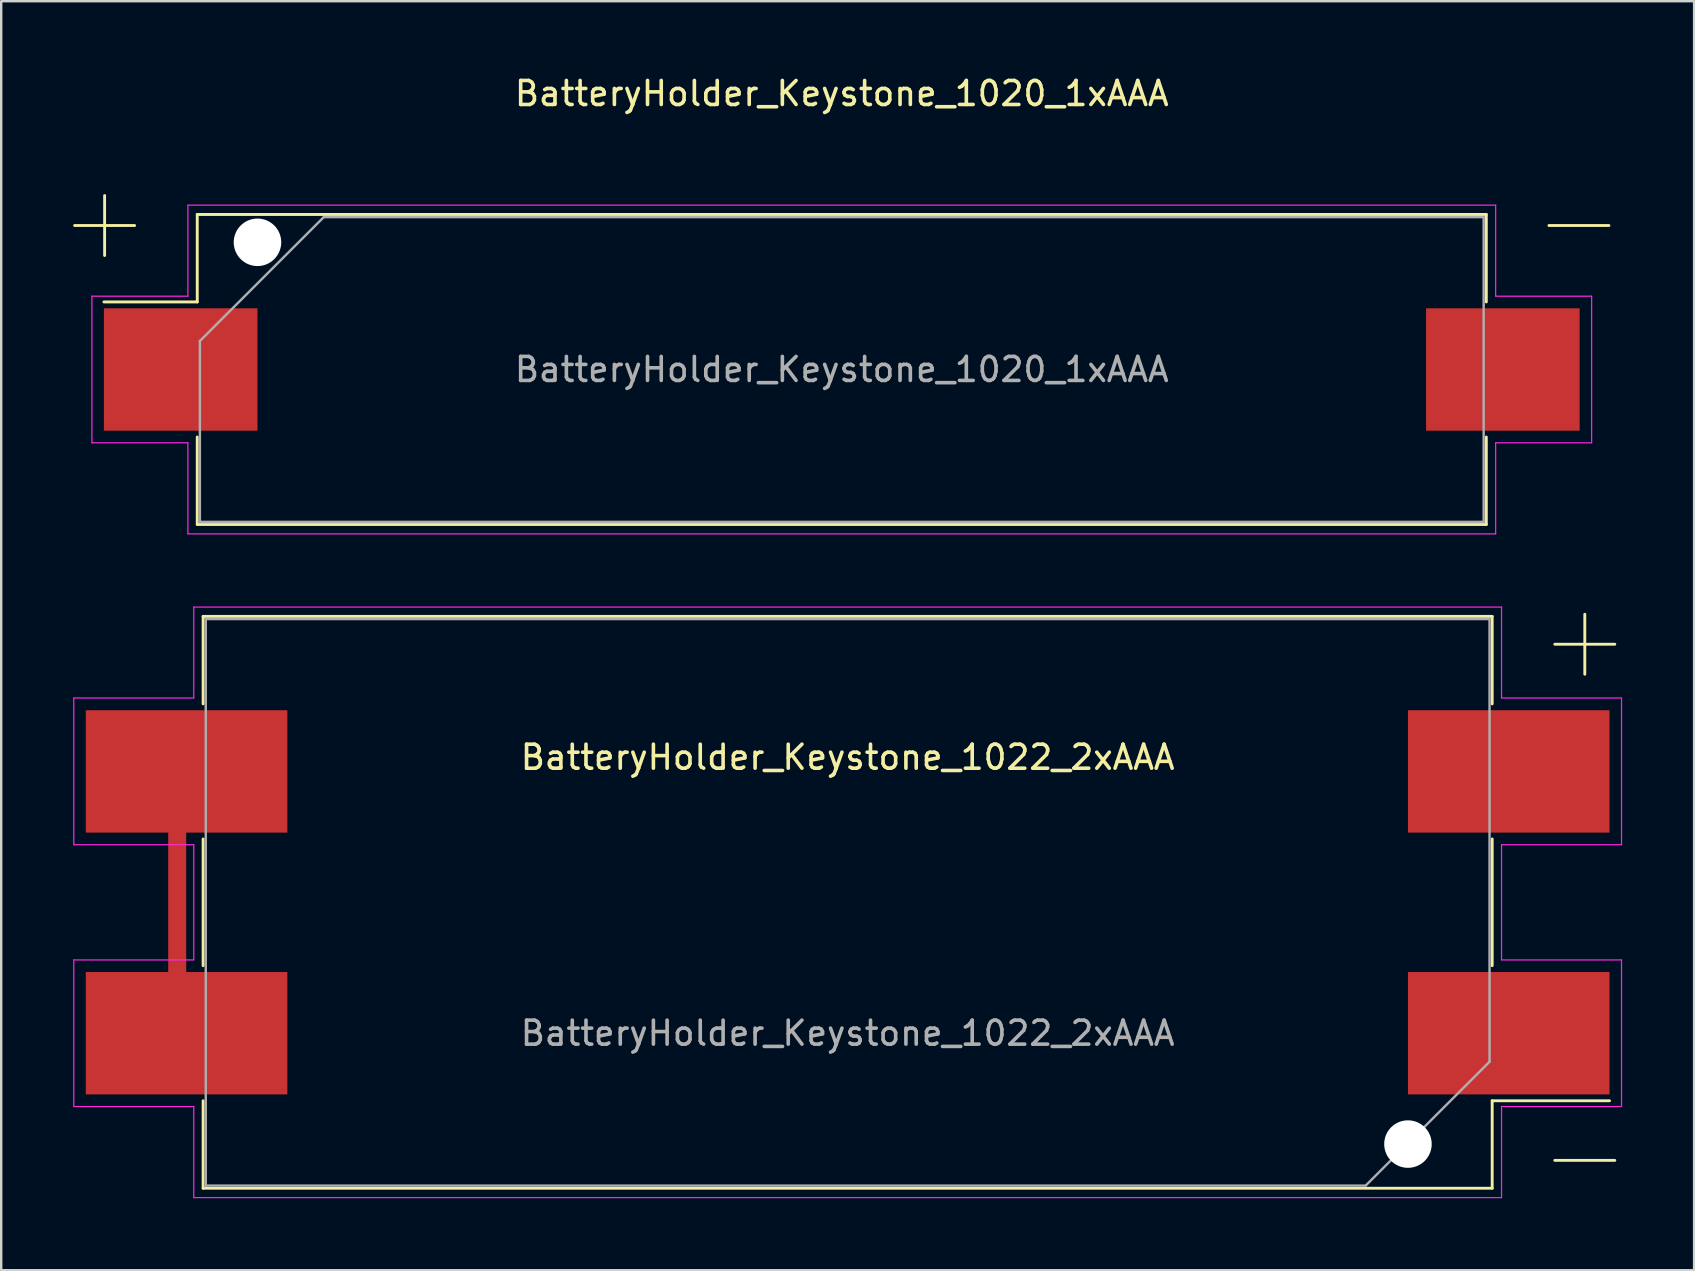
<source format=kicad_pcb>
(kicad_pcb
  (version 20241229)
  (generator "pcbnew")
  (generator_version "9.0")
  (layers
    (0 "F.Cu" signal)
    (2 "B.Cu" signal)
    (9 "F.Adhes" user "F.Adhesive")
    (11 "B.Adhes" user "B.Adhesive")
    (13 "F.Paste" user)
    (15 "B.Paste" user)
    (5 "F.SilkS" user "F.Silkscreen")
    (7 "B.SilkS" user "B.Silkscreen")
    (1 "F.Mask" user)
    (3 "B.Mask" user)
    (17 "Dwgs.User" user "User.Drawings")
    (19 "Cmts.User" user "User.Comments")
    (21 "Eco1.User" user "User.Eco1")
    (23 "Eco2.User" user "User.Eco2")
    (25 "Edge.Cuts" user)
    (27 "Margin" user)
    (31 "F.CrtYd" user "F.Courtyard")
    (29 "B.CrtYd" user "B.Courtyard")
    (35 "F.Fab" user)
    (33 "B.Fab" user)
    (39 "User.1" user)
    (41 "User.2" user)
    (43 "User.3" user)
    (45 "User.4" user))
  (footprint "BatteryHolder_Keystone_1022_2xAAA"
    (layer "F.Cu")
    (at 32.275 40.008)
    (property "Reference" "BatteryHolder_Keystone_1022_2xAAA" (at 0 -11.5 0) (layer "F.SilkS") (effects (font (size 1 1) (thickness 0.15))))
    (attr smd)
    (fp_line (start -27.94 -10.16) (end -27.94 -1.27) (stroke (width 0.75) (type solid)) (layer "F.Cu"))
    (fp_line (start -26.86 -17.37) (end -26.86 -13.725) (stroke (width 0.12) (type solid)) (layer "F.SilkS"))
    (fp_line (start -26.86 -17.37) (end 26.86 -17.37) (stroke (width 0.12) (type solid)) (layer "F.SilkS"))
    (fp_line (start -26.86 -2.815) (end -26.86 -8.095) (stroke (width 0.12) (type solid)) (layer "F.SilkS"))
    (fp_line (start -26.86 2.815) (end -26.86 6.46) (stroke (width 0.12) (type solid)) (layer "F.SilkS"))
    (fp_line (start -26.86 6.46) (end 26.86 6.46) (stroke (width 0.12) (type solid)) (layer "F.SilkS"))
    (fp_line (start 26.86 -13.725) (end 26.86 -17.37) (stroke (width 0.12) (type solid)) (layer "F.SilkS"))
    (fp_line (start 26.86 -8.095) (end 26.86 -2.815) (stroke (width 0.12) (type solid)) (layer "F.SilkS"))
    (fp_line (start 26.86 2.815) (end 31.75 2.815) (stroke (width 0.12) (type solid)) (layer "F.SilkS"))
    (fp_line (start 26.86 6.46) (end 26.86 2.815) (stroke (width 0.12) (type solid)) (layer "F.SilkS"))
    (fp_line (start 30.72 -14.96) (end 30.72 -17.46) (stroke (width 0.12) (type solid)) (layer "F.SilkS"))
    (fp_line (start 31.97 -16.21) (end 29.47 -16.21) (stroke (width 0.12) (type solid)) (layer "F.SilkS"))
    (fp_line (start 31.97 5.3) (end 29.47 5.3) (stroke (width 0.12) (type solid)) (layer "F.SilkS"))
    (fp_line (start -32.25 -13.97) (end -27.25 -13.97) (stroke (width 0.05) (type solid)) (layer "F.CrtYd"))
    (fp_line (start -32.25 -7.855) (end -32.25 -13.965) (stroke (width 0.05) (type solid)) (layer "F.CrtYd"))
    (fp_line (start -32.25 -7.855) (end -27.25 -7.855) (stroke (width 0.05) (type solid)) (layer "F.CrtYd"))
    (fp_line (start -32.25 -3.055) (end -27.25 -3.055) (stroke (width 0.05) (type solid)) (layer "F.CrtYd"))
    (fp_line (start -32.25 3.055) (end -32.25 -3.055) (stroke (width 0.05) (type solid)) (layer "F.CrtYd"))
    (fp_line (start -27.25 -17.76) (end -27.25 -13.97) (stroke (width 0.05) (type solid)) (layer "F.CrtYd"))
    (fp_line (start -27.25 -7.855) (end -27.25 -3.055) (stroke (width 0.05) (type solid)) (layer "F.CrtYd"))
    (fp_line (start -27.25 3.055) (end -32.25 3.055) (stroke (width 0.05) (type solid)) (layer "F.CrtYd"))
    (fp_line (start -27.25 6.85) (end -27.25 3.055) (stroke (width 0.05) (type solid)) (layer "F.CrtYd"))
    (fp_line (start 27.25 -17.76) (end -27.25 -17.76) (stroke (width 0.05) (type solid)) (layer "F.CrtYd"))
    (fp_line (start 27.25 -13.97) (end 27.25 -17.76) (stroke (width 0.05) (type solid)) (layer "F.CrtYd"))
    (fp_line (start 27.25 -7.855) (end 27.25 -3.055) (stroke (width 0.05) (type solid)) (layer "F.CrtYd"))
    (fp_line (start 27.25 3.055) (end 32.25 3.055) (stroke (width 0.05) (type solid)) (layer "F.CrtYd"))
    (fp_line (start 27.25 6.85) (end -27.25 6.85) (stroke (width 0.05) (type solid)) (layer "F.CrtYd"))
    (fp_line (start 27.25 6.85) (end 27.25 3.055) (stroke (width 0.05) (type solid)) (layer "F.CrtYd"))
    (fp_line (start 32.25 -13.97) (end 27.25 -13.97) (stroke (width 0.05) (type solid)) (layer "F.CrtYd"))
    (fp_line (start 32.25 -7.855) (end 27.25 -7.855) (stroke (width 0.05) (type solid)) (layer "F.CrtYd"))
    (fp_line (start 32.25 -7.855) (end 32.25 -13.965) (stroke (width 0.05) (type solid)) (layer "F.CrtYd"))
    (fp_line (start 32.25 -3.055) (end 27.25 -3.055) (stroke (width 0.05) (type solid)) (layer "F.CrtYd"))
    (fp_line (start 32.25 3.055) (end 32.25 -3.055) (stroke (width 0.05) (type solid)) (layer "F.CrtYd"))
    (fp_line (start -26.75 -17.26) (end -26.75 6.35) (stroke (width 0.1) (type solid)) (layer "F.Fab"))
    (fp_line (start 21.587 6.35) (end -26.75 6.35) (stroke (width 0.1) (type solid)) (layer "F.Fab"))
    (fp_line (start 21.587 6.35) (end 26.75 1.188) (stroke (width 0.1) (type solid)) (layer "F.Fab"))
    (fp_line (start 26.75 -17.26) (end -26.75 -17.26) (stroke (width 0.1) (type solid)) (layer "F.Fab"))
    (fp_line (start 26.75 1.188) (end 26.75 -17.26) (stroke (width 0.1) (type solid)) (layer "F.Fab"))
    (fp_text user "${REFERENCE}" (at 0 0 0) (layer "F.Fab") (effects (font (size 1 1) (thickness 0.15))))
    (pad "" smd rect (at -27.55 -10.91) (size 8.4 5.1) (layers "F.Cu" "F.Mask" "F.Paste"))
    (pad "" smd rect (at -27.55 0) (size 8.4 5.1) (layers "F.Cu" "F.Mask" "F.Paste"))
    (pad "" np_thru_hole circle (at 23.35 4.62) (size 1.98 1.98) (drill 1.98) (layers "*.Cu" "*.Mask"))
    (pad "1" smd rect (at 27.55 0) (size 8.4 5.1) (layers "F.Cu" "F.Mask" "F.Paste"))
    (pad "2" smd rect (at 27.55 -10.91) (size 8.4 5.1) (layers "F.Cu" "F.Mask" "F.Paste")))
  (footprint "BatteryHolder_Keystone_1020_1xAAA"
    (layer "F.Cu")
    (at 32.03 12.348)
    (property "Reference" "BatteryHolder_Keystone_1020_1xAAA" (at 0 -11.5 0) (layer "F.SilkS") (effects (font (size 1 1) (thickness 0.15))))
    (attr smd)
    (fp_line (start -31.97 -6) (end -29.47 -6) (stroke (width 0.12) (type solid)) (layer "F.SilkS"))
    (fp_line (start -30.72 -4.75) (end -30.72 -7.25) (stroke (width 0.12) (type solid)) (layer "F.SilkS"))
    (fp_line (start -26.86 -6.46) (end -26.86 -2.815) (stroke (width 0.12) (type solid)) (layer "F.SilkS"))
    (fp_line (start -26.86 -2.815) (end -30.75 -2.815) (stroke (width 0.12) (type solid)) (layer "F.SilkS"))
    (fp_line (start -26.86 6.46) (end -26.86 2.815) (stroke (width 0.12) (type solid)) (layer "F.SilkS"))
    (fp_line (start 26.86 -6.46) (end -26.86 -6.46) (stroke (width 0.12) (type solid)) (layer "F.SilkS"))
    (fp_line (start 26.86 -2.815) (end 26.86 -6.46) (stroke (width 0.12) (type solid)) (layer "F.SilkS"))
    (fp_line (start 26.86 2.815) (end 26.86 6.46) (stroke (width 0.12) (type solid)) (layer "F.SilkS"))
    (fp_line (start 26.86 6.46) (end -26.86 6.46) (stroke (width 0.12) (type solid)) (layer "F.SilkS"))
    (fp_line (start 31.97 -6) (end 29.47 -6) (stroke (width 0.12) (type solid)) (layer "F.SilkS"))
    (fp_line (start -31.25 -3.055) (end -27.25 -3.055) (stroke (width 0.05) (type solid)) (layer "F.CrtYd"))
    (fp_line (start -31.25 3.055) (end -31.25 -3.055) (stroke (width 0.05) (type solid)) (layer "F.CrtYd"))
    (fp_line (start -27.25 -6.85) (end -27.25 -3.055) (stroke (width 0.05) (type solid)) (layer "F.CrtYd"))
    (fp_line (start -27.25 -6.85) (end 27.25 -6.85) (stroke (width 0.05) (type solid)) (layer "F.CrtYd"))
    (fp_line (start -27.25 3.055) (end -31.25 3.055) (stroke (width 0.05) (type solid)) (layer "F.CrtYd"))
    (fp_line (start -27.25 6.85) (end -27.25 3.055) (stroke (width 0.05) (type solid)) (layer "F.CrtYd"))
    (fp_line (start -27.25 6.85) (end 27.25 6.85) (stroke (width 0.05) (type solid)) (layer "F.CrtYd"))
    (fp_line (start 27.25 -6.85) (end 27.25 -3.055) (stroke (width 0.05) (type solid)) (layer "F.CrtYd"))
    (fp_line (start 27.25 3.055) (end 31.25 3.055) (stroke (width 0.05) (type solid)) (layer "F.CrtYd"))
    (fp_line (start 27.25 6.85) (end 27.25 3.055) (stroke (width 0.05) (type solid)) (layer "F.CrtYd"))
    (fp_line (start 31.25 -3.055) (end 27.25 -3.055) (stroke (width 0.05) (type solid)) (layer "F.CrtYd"))
    (fp_line (start 31.25 3.055) (end 31.25 -3.055) (stroke (width 0.05) (type solid)) (layer "F.CrtYd"))
    (fp_line (start -26.75 -1.188) (end -26.75 6.35) (stroke (width 0.1) (type solid)) (layer "F.Fab"))
    (fp_line (start -26.75 6.35) (end 26.75 6.35) (stroke (width 0.1) (type solid)) (layer "F.Fab"))
    (fp_line (start -21.587 -6.35) (end -26.75 -1.188) (stroke (width 0.1) (type solid)) (layer "F.Fab"))
    (fp_line (start -21.587 -6.35) (end 26.75 -6.35) (stroke (width 0.1) (type solid)) (layer "F.Fab"))
    (fp_line (start 26.75 -6.35) (end 26.75 6.35) (stroke (width 0.1) (type solid)) (layer "F.Fab"))
    (fp_text user "${REFERENCE}" (at 0 0 0) (layer "F.Fab") (effects (font (size 1 1) (thickness 0.15))))
    (pad "" np_thru_hole circle (at -24.35 -5.3) (size 1.98 1.98) (drill 1.98) (layers "*.Cu" "*.Mask"))
    (pad "1" smd rect (at -27.55 0) (size 6.4 5.1) (layers "F.Cu" "F.Mask" "F.Paste"))
    (pad "2" smd rect (at 27.55 0) (size 6.4 5.1) (layers "F.Cu" "F.Mask" "F.Paste")))
  (gr_rect
    (start -3 -3)
    (end 67.55 49.883)
    (stroke (width 0.1) (type default))
    (fill no)
    (layer "Edge.Cuts")))
</source>
